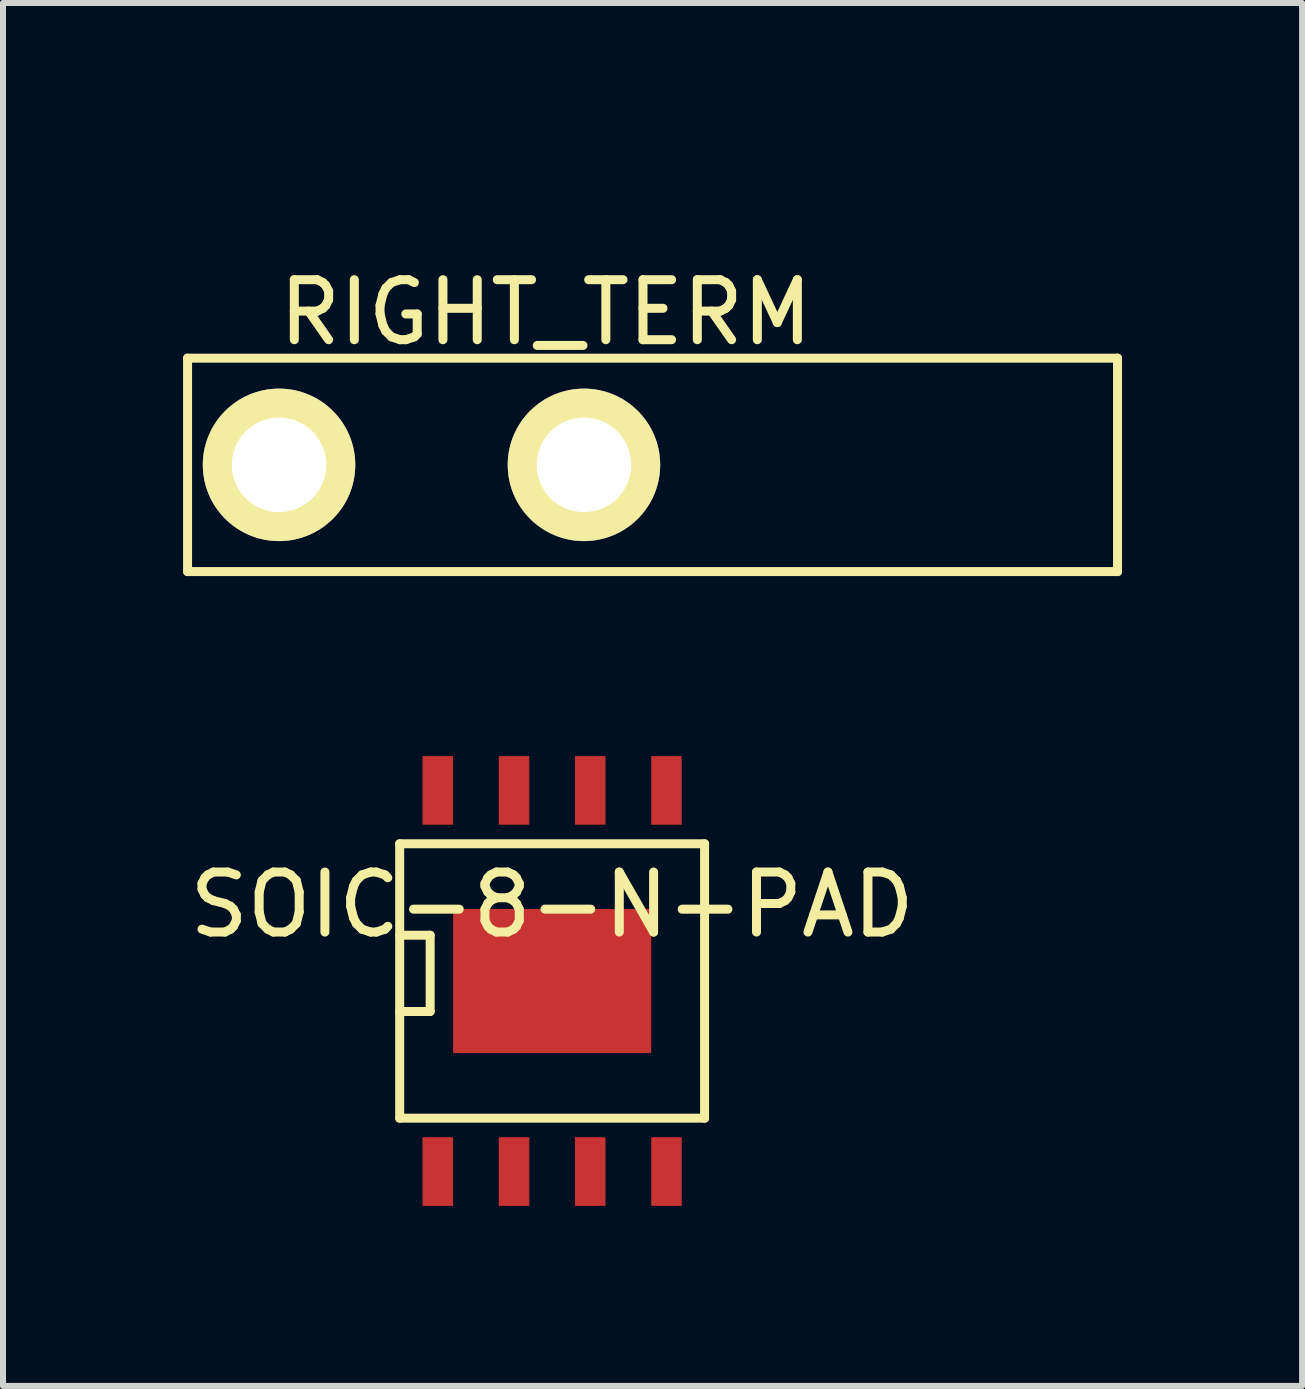
<source format=kicad_pcb>
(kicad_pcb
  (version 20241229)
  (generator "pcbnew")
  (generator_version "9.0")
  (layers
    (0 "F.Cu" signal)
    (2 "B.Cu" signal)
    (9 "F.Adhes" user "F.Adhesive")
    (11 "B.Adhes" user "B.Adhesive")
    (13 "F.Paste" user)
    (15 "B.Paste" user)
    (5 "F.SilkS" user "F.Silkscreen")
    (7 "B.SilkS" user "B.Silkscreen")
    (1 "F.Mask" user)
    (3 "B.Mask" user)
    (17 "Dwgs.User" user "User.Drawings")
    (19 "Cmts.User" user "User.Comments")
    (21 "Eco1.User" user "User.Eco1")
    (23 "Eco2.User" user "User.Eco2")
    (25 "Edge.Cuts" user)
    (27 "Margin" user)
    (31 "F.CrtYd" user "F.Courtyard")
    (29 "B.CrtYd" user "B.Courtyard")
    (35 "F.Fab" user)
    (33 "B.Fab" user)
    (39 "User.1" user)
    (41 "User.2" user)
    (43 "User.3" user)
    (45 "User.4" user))
  (footprint "SOIC-8-N-PAD"
    (layer "F.Cu")
    (at 6.149 13.294)
    (property "Reference" "SOIC-8-N-PAD" (at 0 -1.27 0) (layer "F.SilkS") (effects (font (size 1 1) (thickness 0.15))))
    (attr smd)
    (fp_line (start -2.54 -2.286) (end 2.54 -2.286) (stroke (width 0.15) (type solid)) (layer "F.SilkS"))
    (fp_line (start -2.54 -0.762) (end -2.032 -0.762) (stroke (width 0.15) (type solid)) (layer "F.SilkS"))
    (fp_line (start -2.54 2.286) (end -2.54 -2.286) (stroke (width 0.15) (type solid)) (layer "F.SilkS"))
    (fp_line (start -2.032 -0.762) (end -2.032 0.508) (stroke (width 0.15) (type solid)) (layer "F.SilkS"))
    (fp_line (start -2.032 0.508) (end -2.54 0.508) (stroke (width 0.15) (type solid)) (layer "F.SilkS"))
    (fp_line (start 2.54 -2.286) (end 2.54 2.286) (stroke (width 0.15) (type solid)) (layer "F.SilkS"))
    (fp_line (start 2.54 2.286) (end -2.54 2.286) (stroke (width 0.15) (type solid)) (layer "F.SilkS"))
    (pad "1" smd rect (at -1.905 3.175) (size 0.508 1.143) (layers "F.Cu" "F.Mask" "F.Paste"))
    (pad "1" smd rect (at 0 0) (size 3.3 2.4) (layers "F.Cu" "F.Mask" "F.Paste"))
    (pad "2" smd rect (at -0.635 3.175) (size 0.508 1.143) (layers "F.Cu" "F.Mask" "F.Paste"))
    (pad "3" smd rect (at 0.635 3.175) (size 0.508 1.143) (layers "F.Cu" "F.Mask" "F.Paste"))
    (pad "4" smd rect (at 1.905 3.175) (size 0.508 1.143) (layers "F.Cu" "F.Mask" "F.Paste"))
    (pad "5" smd rect (at 1.905 -3.175) (size 0.508 1.143) (layers "F.Cu" "F.Mask" "F.Paste"))
    (pad "6" smd rect (at 0.635 -3.175) (size 0.508 1.143) (layers "F.Cu" "F.Mask" "F.Paste"))
    (pad "7" smd rect (at -0.635 -3.175) (size 0.508 1.143) (layers "F.Cu" "F.Mask" "F.Paste"))
    (pad "8" smd rect (at -1.905 -3.175) (size 0.508 1.143) (layers "F.Cu" "F.Mask" "F.Paste")))
  (footprint "RIGHT_TERM"
    (layer "F.Cu")
    (at 6.044 0.25)
    (property "Reference" "RIGHT_TERM" (at 0 1.905 0) (layer "F.SilkS") (effects (font (size 1 1) (thickness 0.15))))
    (attr through_hole)
    (fp_line (start -5.969 2.667) (end -5.969 6.223) (stroke (width 0.15) (type solid)) (layer "F.SilkS"))
    (fp_line (start -5.969 6.223) (end 9.525 6.223) (stroke (width 0.15) (type solid)) (layer "F.SilkS"))
    (fp_line (start 9.525 2.667) (end -5.969 2.667) (stroke (width 0.15) (type solid)) (layer "F.SilkS"))
    (fp_line (start 9.525 6.223) (end 9.525 2.667) (stroke (width 0.15) (type solid)) (layer "F.SilkS"))
    (pad "1" thru_hole circle (at 0.635 4.445) (size 2.54 2.54) (drill 1.575) (layers "*.Cu" "*.Mask" "F.SilkS"))
    (pad "2" thru_hole circle (at -4.445 4.445) (size 2.54 2.54) (drill 1.575) (layers "*.Cu" "*.Mask" "F.SilkS")))
  (gr_rect
    (start -3 -3)
    (end 18.644 20.041)
    (stroke (width 0.1) (type default))
    (fill no)
    (layer "Edge.Cuts")))
</source>
